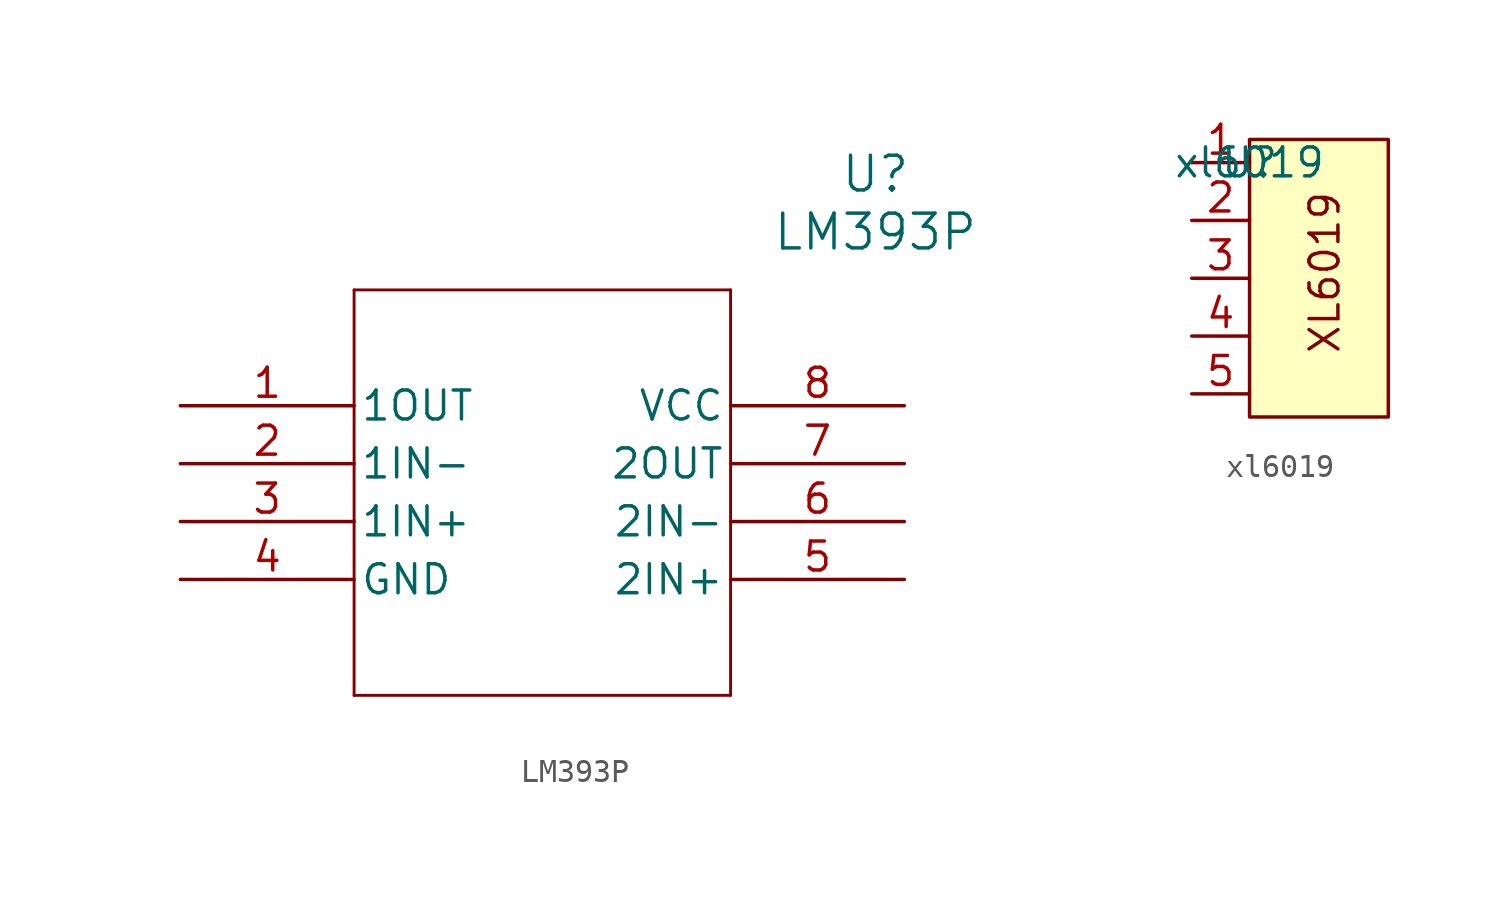
<source format=kicad_sym>
(kicad_symbol_lib
  (version 20241209)
  (generator "kicad_symbol_editor")
  (generator_version "9.0")
  (symbol "LM393P"
    (pin_names
      (offset 0.254))
    (property "Reference" "U"
      (at 30.48 10.16 0)
      (effects (font (size 1.524 1.524))))
    (property "Value" "LM393P"
      (at 30.48 7.62 0)
      (effects (font (size 1.524 1.524))))
    (symbol "LM393P_0_1"
      (polyline (pts (xy 7.62 5.08) (xy 7.62 -12.7)) (stroke (width 0.127) (type default)) (fill (type none)))
      (polyline (pts (xy 7.62 -12.7) (xy 24.13 -12.7)) (stroke (width 0.127) (type default)) (fill (type none)))
      (polyline (pts (xy 24.13 5.08) (xy 7.62 5.08)) (stroke (width 0.127) (type default)) (fill (type none)))
      (polyline (pts (xy 24.13 -12.7) (xy 24.13 5.08)) (stroke (width 0.127) (type default)) (fill (type none)))
      (pin output line (at 0 0 0) (length 7.62) (name "1OUT" (effects (font (size 1.27 1.27)))) (number "1" (effects (font (size 1.27 1.27)))))
      (pin input line (at 0 -2.54 0) (length 7.62) (name "1IN-" (effects (font (size 1.27 1.27)))) (number "2" (effects (font (size 1.27 1.27)))))
      (pin input line (at 0 -5.08 0) (length 7.62) (name "1IN+" (effects (font (size 1.27 1.27)))) (number "3" (effects (font (size 1.27 1.27)))))
      (pin power_in line (at 0 -7.62 0) (length 7.62) (name "GND" (effects (font (size 1.27 1.27)))) (number "4" (effects (font (size 1.27 1.27)))))
      (pin power_in line (at 31.75 0 180) (length 7.62) (name "VCC" (effects (font (size 1.27 1.27)))) (number "8" (effects (font (size 1.27 1.27)))))
      (pin output line (at 31.75 -2.54 180) (length 7.62) (name "2OUT" (effects (font (size 1.27 1.27)))) (number "7" (effects (font (size 1.27 1.27)))))
      (pin input line (at 31.75 -5.08 180) (length 7.62) (name "2IN-" (effects (font (size 1.27 1.27)))) (number "6" (effects (font (size 1.27 1.27)))))
      (pin input line (at 31.75 -7.62 180) (length 7.62) (name "2IN+" (effects (font (size 1.27 1.27)))) (number "5" (effects (font (size 1.27 1.27)))))))
  (symbol "xl6019"
    (property "Reference" "U"
      (at 0 0 0)
      (effects (font (size 1.27 1.27))))
    (property "Value" "xl6019"
      (at 0 0 0)
      (effects (font (size 1.27 1.27))))
    (symbol "xl6019_1_1"
      (rectangle (start 0 1.016) (end 6.096 -11.176) (stroke (width 0) (type solid)) (fill (type background)))
      (text "XL6019" (at 3.302 -4.826 900) (effects (font (size 1.27 1.27))))
      (pin input line (at -2.54 0 0) (length 2.54) (name "" (effects (font (size 1.27 1.27)))) (number "1" (effects (font (size 1.27 1.27)))))
      (pin input line (at -2.54 -2.54 0) (length 2.54) (name "" (effects (font (size 1.27 1.27)))) (number "2" (effects (font (size 1.27 1.27)))))
      (pin input line (at -2.54 -5.08 0) (length 2.54) (name "" (effects (font (size 1.27 1.27)))) (number "3" (effects (font (size 1.27 1.27)))))
      (pin input line (at -2.54 -7.62 0) (length 2.54) (name "" (effects (font (size 1.27 1.27)))) (number "4" (effects (font (size 1.27 1.27)))))
      (pin input line (at -2.54 -10.16 0) (length 2.54) (name "" (effects (font (size 1.27 1.27)))) (number "5" (effects (font (size 1.27 1.27))))))))
</source>
